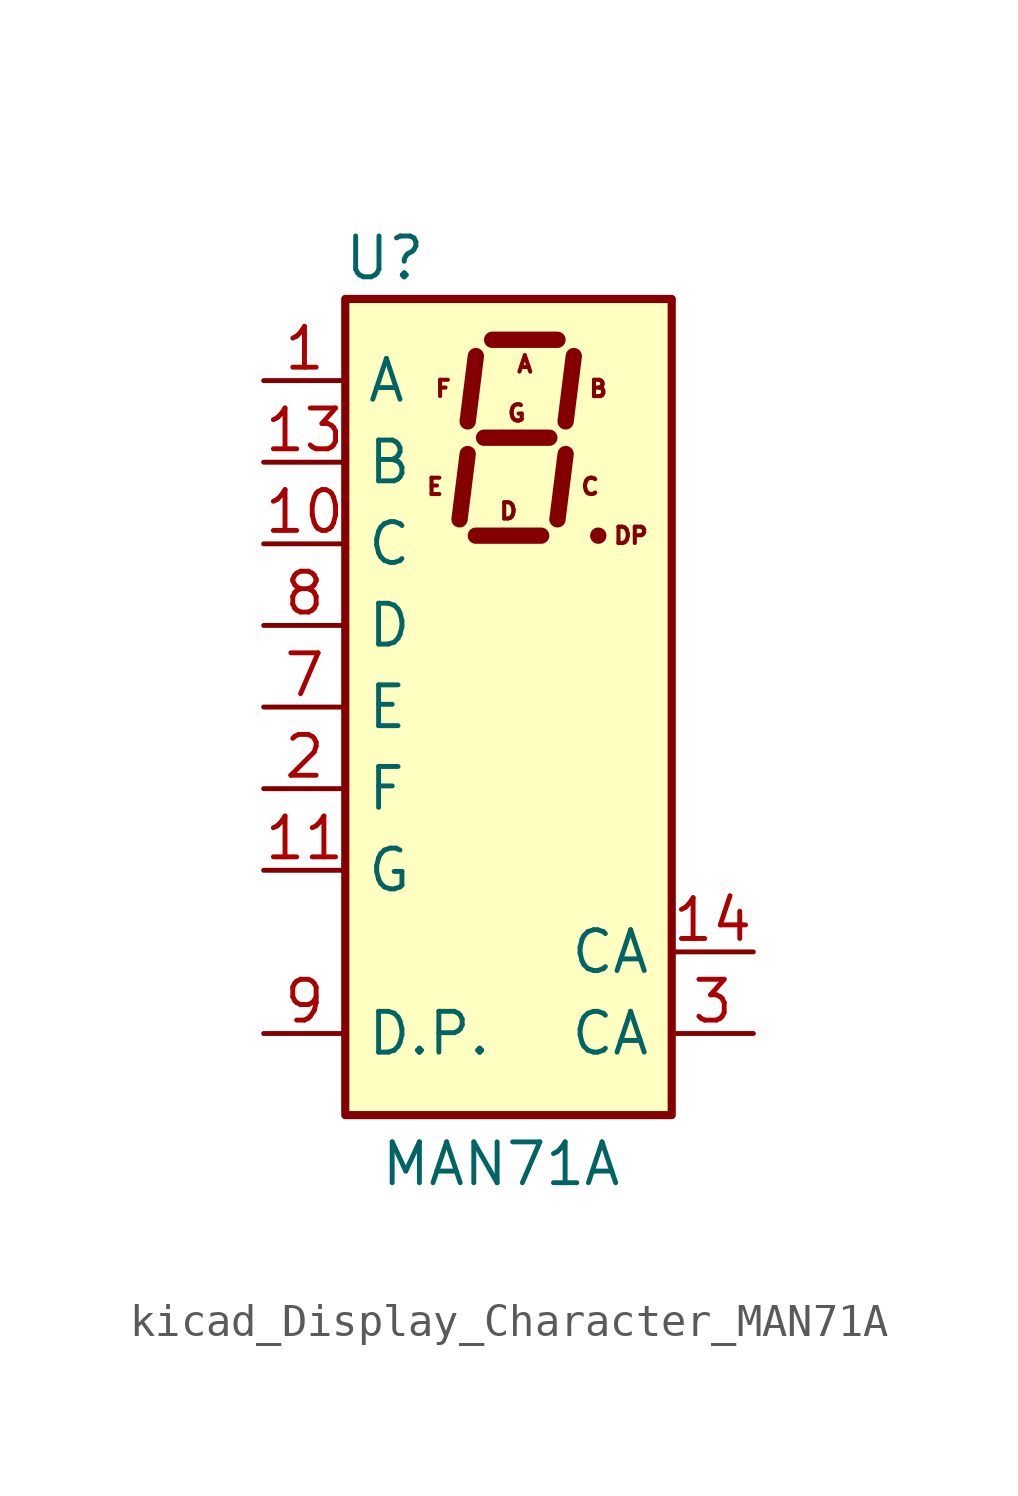
<source format=kicad_sym>
(kicad_symbol_lib
  (version 20220914)
  (generator kicad_symbol_editor)
  (symbol "kicad_Display_Character_MAN71A"
    (pin_names
      (offset 0.635))
    (property "Reference" "U"
      (at -2.54 13.97 0)
      (effects (font (size 1.27 1.27)) (justify right)))
    (property "Value" "MAN71A"
      (at 3.556 -14.224 0)
      (effects (font (size 1.27 1.27)) (justify right)))
    (symbol "kicad_Display_Character_MAN71A_0_0"
      (text "A" (at 0.508 10.668 0) (effects (font (size 0.508 0.508))))
      (text "B" (at 2.794 9.906 0) (effects (font (size 0.508 0.508))))
      (text "C" (at 2.54 6.858 0) (effects (font (size 0.508 0.508))))
      (text "D" (at 0 6.096 0) (effects (font (size 0.508 0.508))))
      (text "DP" (at 3.81 5.334 0) (effects (font (size 0.508 0.508))))
      (text "E" (at -2.286 6.858 0) (effects (font (size 0.508 0.508))))
      (text "F" (at -2.032 9.906 0) (effects (font (size 0.508 0.508))))
      (text "G" (at 0.254 9.144 0) (effects (font (size 0.508 0.508)))))
    (symbol "kicad_Display_Character_MAN71A_0_1"
      (rectangle (start -5.08 12.7) (end 5.08 -12.7) (stroke (width 0.254) (type default)) (fill (type background)))
      (polyline (pts (xy -1.27 7.874) (xy -1.524 5.842)) (stroke (width 0.508) (type default)) (fill (type none)))
      (polyline (pts (xy -1.016 5.334) (xy 1.016 5.334)) (stroke (width 0.508) (type default)) (fill (type none)))
      (polyline (pts (xy -1.016 10.922) (xy -1.27 8.89)) (stroke (width 0.508) (type default)) (fill (type none)))
      (polyline (pts (xy -0.762 8.382) (xy 1.27 8.382)) (stroke (width 0.508) (type default)) (fill (type none)))
      (polyline (pts (xy -0.508 11.43) (xy 1.524 11.43)) (stroke (width 0.508) (type default)) (fill (type none)))
      (polyline (pts (xy 1.778 7.874) (xy 1.524 5.842)) (stroke (width 0.508) (type default)) (fill (type none)))
      (polyline (pts (xy 2.032 10.922) (xy 1.778 8.89)) (stroke (width 0.508) (type default)) (fill (type none)))
      (polyline (pts (xy 2.794 5.334) (xy 2.794 5.334)) (stroke (width 0.508) (type default)) (fill (type none))))
    (symbol "kicad_Display_Character_MAN71A_1_1"
      (pin input line (at -7.62 10.16 0) (length 2.54) (name "A" (effects (font (size 1.27 1.27)))) (number "1" (effects (font (size 1.27 1.27)))))
      (pin input line (at -7.62 5.08 0) (length 2.54) (name "C" (effects (font (size 1.27 1.27)))) (number "10" (effects (font (size 1.27 1.27)))))
      (pin input line (at -7.62 -5.08 0) (length 2.54) (name "G" (effects (font (size 1.27 1.27)))) (number "11" (effects (font (size 1.27 1.27)))))
      (pin no_connect line (at 5.08 -5.08 180) (length 2.54) hide (name "NC" (effects (font (size 1.27 1.27)))) (number "12" (effects (font (size 1.27 1.27)))))
      (pin input line (at -7.62 7.62 0) (length 2.54) (name "B" (effects (font (size 1.27 1.27)))) (number "13" (effects (font (size 1.27 1.27)))))
      (pin input line (at 7.62 -7.62 180) (length 2.54) (name "CA" (effects (font (size 1.27 1.27)))) (number "14" (effects (font (size 1.27 1.27)))))
      (pin input line (at -7.62 -2.54 0) (length 2.54) (name "F" (effects (font (size 1.27 1.27)))) (number "2" (effects (font (size 1.27 1.27)))))
      (pin input line (at 7.62 -10.16 180) (length 2.54) (name "CA" (effects (font (size 1.27 1.27)))) (number "3" (effects (font (size 1.27 1.27)))))
      (pin no_connect line (at 5.08 2.54 180) (length 2.54) hide (name "NC" (effects (font (size 1.27 1.27)))) (number "4" (effects (font (size 1.27 1.27)))))
      (pin no_connect line (at 5.08 0 180) (length 2.54) hide (name "NC" (effects (font (size 1.27 1.27)))) (number "5" (effects (font (size 1.27 1.27)))))
      (pin no_connect line (at 5.08 -2.54 180) (length 2.54) hide (name "NC" (effects (font (size 1.27 1.27)))) (number "6" (effects (font (size 1.27 1.27)))))
      (pin input line (at -7.62 0 0) (length 2.54) (name "E" (effects (font (size 1.27 1.27)))) (number "7" (effects (font (size 1.27 1.27)))))
      (pin input line (at -7.62 2.54 0) (length 2.54) (name "D" (effects (font (size 1.27 1.27)))) (number "8" (effects (font (size 1.27 1.27)))))
      (pin input line (at -7.62 -10.16 0) (length 2.54) (name "D.P." (effects (font (size 1.27 1.27)))) (number "9" (effects (font (size 1.27 1.27))))))))
</source>
